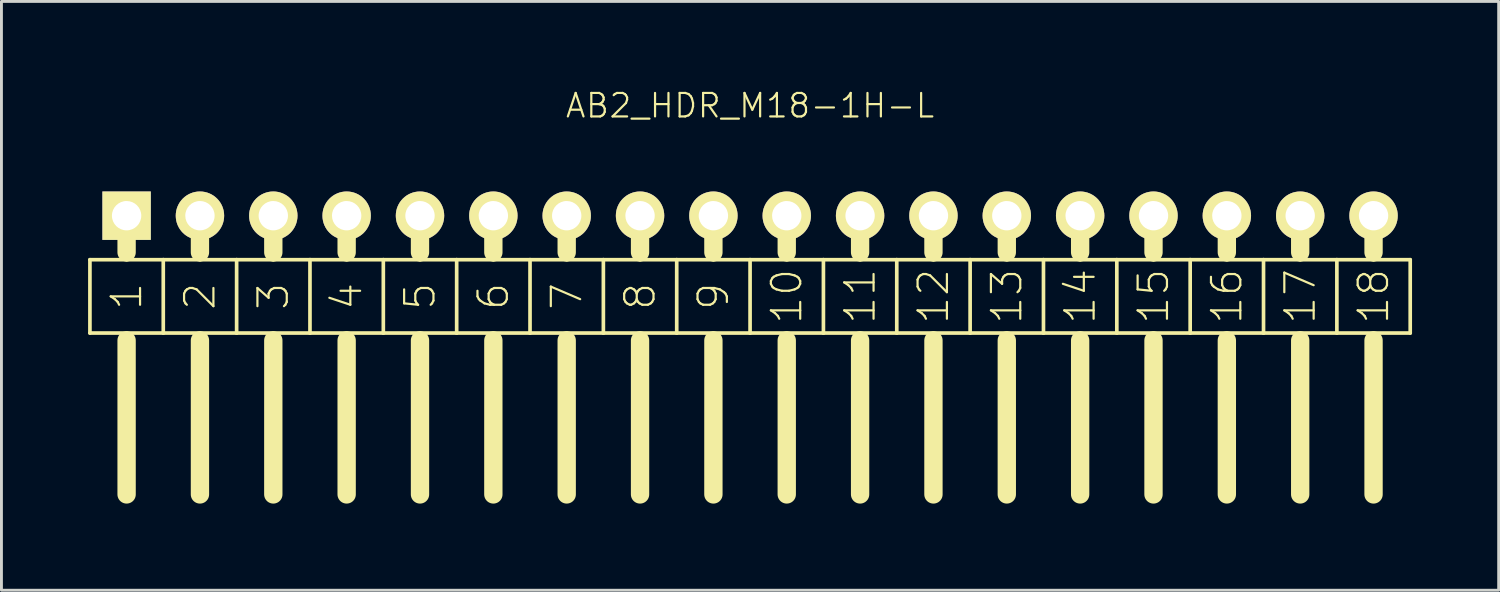
<source format=kicad_pcb>
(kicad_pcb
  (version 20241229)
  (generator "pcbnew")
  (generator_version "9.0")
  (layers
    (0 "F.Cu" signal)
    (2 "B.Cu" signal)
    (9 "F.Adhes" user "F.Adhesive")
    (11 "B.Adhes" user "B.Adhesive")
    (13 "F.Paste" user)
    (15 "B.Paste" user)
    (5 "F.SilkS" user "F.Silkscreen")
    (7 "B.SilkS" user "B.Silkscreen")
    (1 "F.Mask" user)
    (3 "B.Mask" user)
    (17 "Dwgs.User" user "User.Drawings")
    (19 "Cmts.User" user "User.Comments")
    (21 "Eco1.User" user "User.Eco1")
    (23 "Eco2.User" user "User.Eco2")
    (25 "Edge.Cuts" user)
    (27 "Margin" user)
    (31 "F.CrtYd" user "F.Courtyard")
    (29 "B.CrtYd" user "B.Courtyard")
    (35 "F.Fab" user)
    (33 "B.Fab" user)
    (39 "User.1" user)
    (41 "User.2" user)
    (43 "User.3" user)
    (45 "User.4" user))
  (footprint "AB2_HDR_M18-1H-L"
    (layer "F.Cu")
    (at 22.924 4.419)
    (property "Reference" "AB2_HDR_M18-1H-L" (at 0 -3.81 0) (layer "F.SilkS") (effects (font (size 0.813 0.813) (thickness 0.076))))
    (attr through_hole)
    (fp_line (start -22.86 1.524) (end -22.86 4.064) (stroke (width 0.127) (type solid)) (layer "F.SilkS"))
    (fp_line (start -22.86 4.064) (end -21.59 4.064) (stroke (width 0.127) (type solid)) (layer "F.SilkS"))
    (fp_line (start -21.59 0) (end -21.59 1.27) (stroke (width 0.635) (type solid)) (layer "F.SilkS"))
    (fp_line (start -21.59 1.524) (end -22.86 1.524) (stroke (width 0.127) (type solid)) (layer "F.SilkS"))
    (fp_line (start -21.59 4.064) (end -20.32 4.064) (stroke (width 0.127) (type solid)) (layer "F.SilkS"))
    (fp_line (start -21.59 4.318) (end -21.59 9.652) (stroke (width 0.635) (type solid)) (layer "F.SilkS"))
    (fp_line (start -20.32 1.524) (end -21.59 1.524) (stroke (width 0.127) (type solid)) (layer "F.SilkS"))
    (fp_line (start -20.32 4.064) (end -20.32 1.524) (stroke (width 0.127) (type solid)) (layer "F.SilkS"))
    (fp_line (start -20.32 4.064) (end -19.05 4.064) (stroke (width 0.127) (type solid)) (layer "F.SilkS"))
    (fp_line (start -19.05 0) (end -19.05 1.27) (stroke (width 0.635) (type solid)) (layer "F.SilkS"))
    (fp_line (start -19.05 1.524) (end -20.32 1.524) (stroke (width 0.127) (type solid)) (layer "F.SilkS"))
    (fp_line (start -19.05 4.064) (end -17.78 4.064) (stroke (width 0.127) (type solid)) (layer "F.SilkS"))
    (fp_line (start -19.05 4.318) (end -19.05 9.652) (stroke (width 0.635) (type solid)) (layer "F.SilkS"))
    (fp_line (start -17.78 1.524) (end -19.05 1.524) (stroke (width 0.127) (type solid)) (layer "F.SilkS"))
    (fp_line (start -17.78 4.064) (end -17.78 1.524) (stroke (width 0.127) (type solid)) (layer "F.SilkS"))
    (fp_line (start -17.78 4.064) (end -16.51 4.064) (stroke (width 0.127) (type solid)) (layer "F.SilkS"))
    (fp_line (start -16.51 0) (end -16.51 1.27) (stroke (width 0.635) (type solid)) (layer "F.SilkS"))
    (fp_line (start -16.51 1.524) (end -17.78 1.524) (stroke (width 0.127) (type solid)) (layer "F.SilkS"))
    (fp_line (start -16.51 4.064) (end -15.24 4.064) (stroke (width 0.127) (type solid)) (layer "F.SilkS"))
    (fp_line (start -16.51 4.318) (end -16.51 9.652) (stroke (width 0.635) (type solid)) (layer "F.SilkS"))
    (fp_line (start -15.24 1.524) (end -16.51 1.524) (stroke (width 0.127) (type solid)) (layer "F.SilkS"))
    (fp_line (start -15.24 4.064) (end -15.24 1.524) (stroke (width 0.127) (type solid)) (layer "F.SilkS"))
    (fp_line (start -15.24 4.064) (end -13.97 4.064) (stroke (width 0.127) (type solid)) (layer "F.SilkS"))
    (fp_line (start -13.97 0) (end -13.97 1.27) (stroke (width 0.635) (type solid)) (layer "F.SilkS"))
    (fp_line (start -13.97 1.524) (end -15.24 1.524) (stroke (width 0.127) (type solid)) (layer "F.SilkS"))
    (fp_line (start -13.97 4.064) (end -12.7 4.064) (stroke (width 0.127) (type solid)) (layer "F.SilkS"))
    (fp_line (start -13.97 4.318) (end -13.97 9.652) (stroke (width 0.635) (type solid)) (layer "F.SilkS"))
    (fp_line (start -12.7 1.524) (end -13.97 1.524) (stroke (width 0.127) (type solid)) (layer "F.SilkS"))
    (fp_line (start -12.7 4.064) (end -12.7 1.524) (stroke (width 0.127) (type solid)) (layer "F.SilkS"))
    (fp_line (start -12.7 4.064) (end -11.43 4.064) (stroke (width 0.127) (type solid)) (layer "F.SilkS"))
    (fp_line (start -11.43 0) (end -11.43 1.27) (stroke (width 0.635) (type solid)) (layer "F.SilkS"))
    (fp_line (start -11.43 1.524) (end -12.7 1.524) (stroke (width 0.127) (type solid)) (layer "F.SilkS"))
    (fp_line (start -11.43 4.064) (end -10.16 4.064) (stroke (width 0.127) (type solid)) (layer "F.SilkS"))
    (fp_line (start -11.43 4.318) (end -11.43 9.652) (stroke (width 0.635) (type solid)) (layer "F.SilkS"))
    (fp_line (start -10.16 1.524) (end -11.43 1.524) (stroke (width 0.127) (type solid)) (layer "F.SilkS"))
    (fp_line (start -10.16 4.064) (end -10.16 1.524) (stroke (width 0.127) (type solid)) (layer "F.SilkS"))
    (fp_line (start -10.16 4.064) (end -8.89 4.064) (stroke (width 0.127) (type solid)) (layer "F.SilkS"))
    (fp_line (start -8.89 0) (end -8.89 1.27) (stroke (width 0.635) (type solid)) (layer "F.SilkS"))
    (fp_line (start -8.89 1.524) (end -10.16 1.524) (stroke (width 0.127) (type solid)) (layer "F.SilkS"))
    (fp_line (start -8.89 4.064) (end -7.62 4.064) (stroke (width 0.127) (type solid)) (layer "F.SilkS"))
    (fp_line (start -8.89 4.318) (end -8.89 9.652) (stroke (width 0.635) (type solid)) (layer "F.SilkS"))
    (fp_line (start -7.62 1.524) (end -8.89 1.524) (stroke (width 0.127) (type solid)) (layer "F.SilkS"))
    (fp_line (start -7.62 4.064) (end -7.62 1.524) (stroke (width 0.127) (type solid)) (layer "F.SilkS"))
    (fp_line (start -7.62 4.064) (end -6.35 4.064) (stroke (width 0.127) (type solid)) (layer "F.SilkS"))
    (fp_line (start -6.35 0) (end -6.35 1.27) (stroke (width 0.635) (type solid)) (layer "F.SilkS"))
    (fp_line (start -6.35 1.524) (end -7.62 1.524) (stroke (width 0.127) (type solid)) (layer "F.SilkS"))
    (fp_line (start -6.35 4.064) (end -5.08 4.064) (stroke (width 0.127) (type solid)) (layer "F.SilkS"))
    (fp_line (start -6.35 4.318) (end -6.35 9.652) (stroke (width 0.635) (type solid)) (layer "F.SilkS"))
    (fp_line (start -5.08 1.524) (end -6.35 1.524) (stroke (width 0.127) (type solid)) (layer "F.SilkS"))
    (fp_line (start -5.08 4.064) (end -5.08 1.524) (stroke (width 0.127) (type solid)) (layer "F.SilkS"))
    (fp_line (start -5.08 4.064) (end -3.81 4.064) (stroke (width 0.127) (type solid)) (layer "F.SilkS"))
    (fp_line (start -3.81 0) (end -3.81 1.27) (stroke (width 0.635) (type solid)) (layer "F.SilkS"))
    (fp_line (start -3.81 1.524) (end -5.08 1.524) (stroke (width 0.127) (type solid)) (layer "F.SilkS"))
    (fp_line (start -3.81 4.064) (end -2.54 4.064) (stroke (width 0.127) (type solid)) (layer "F.SilkS"))
    (fp_line (start -3.81 4.318) (end -3.81 9.652) (stroke (width 0.635) (type solid)) (layer "F.SilkS"))
    (fp_line (start -2.54 1.524) (end -3.81 1.524) (stroke (width 0.127) (type solid)) (layer "F.SilkS"))
    (fp_line (start -2.54 4.064) (end -2.54 1.524) (stroke (width 0.127) (type solid)) (layer "F.SilkS"))
    (fp_line (start -2.54 4.064) (end -1.27 4.064) (stroke (width 0.127) (type solid)) (layer "F.SilkS"))
    (fp_line (start -1.27 0) (end -1.27 1.27) (stroke (width 0.635) (type solid)) (layer "F.SilkS"))
    (fp_line (start -1.27 1.524) (end -2.54 1.524) (stroke (width 0.127) (type solid)) (layer "F.SilkS"))
    (fp_line (start -1.27 4.064) (end 0 4.064) (stroke (width 0.127) (type solid)) (layer "F.SilkS"))
    (fp_line (start -1.27 4.318) (end -1.27 9.652) (stroke (width 0.635) (type solid)) (layer "F.SilkS"))
    (fp_line (start 0 1.524) (end -1.27 1.524) (stroke (width 0.127) (type solid)) (layer "F.SilkS"))
    (fp_line (start 0 4.064) (end 0 1.524) (stroke (width 0.127) (type solid)) (layer "F.SilkS"))
    (fp_line (start 0 4.064) (end 1.27 4.064) (stroke (width 0.127) (type solid)) (layer "F.SilkS"))
    (fp_line (start 1.27 0) (end 1.27 1.27) (stroke (width 0.635) (type solid)) (layer "F.SilkS"))
    (fp_line (start 1.27 1.524) (end 0 1.524) (stroke (width 0.127) (type solid)) (layer "F.SilkS"))
    (fp_line (start 1.27 4.064) (end 2.54 4.064) (stroke (width 0.127) (type solid)) (layer "F.SilkS"))
    (fp_line (start 1.27 4.318) (end 1.27 9.652) (stroke (width 0.635) (type solid)) (layer "F.SilkS"))
    (fp_line (start 2.54 1.524) (end 1.27 1.524) (stroke (width 0.127) (type solid)) (layer "F.SilkS"))
    (fp_line (start 2.54 4.064) (end 2.54 1.524) (stroke (width 0.127) (type solid)) (layer "F.SilkS"))
    (fp_line (start 2.54 4.064) (end 3.81 4.064) (stroke (width 0.127) (type solid)) (layer "F.SilkS"))
    (fp_line (start 3.81 0) (end 3.81 1.27) (stroke (width 0.635) (type solid)) (layer "F.SilkS"))
    (fp_line (start 3.81 1.524) (end 2.54 1.524) (stroke (width 0.127) (type solid)) (layer "F.SilkS"))
    (fp_line (start 3.81 4.064) (end 5.08 4.064) (stroke (width 0.127) (type solid)) (layer "F.SilkS"))
    (fp_line (start 3.81 4.318) (end 3.81 9.652) (stroke (width 0.635) (type solid)) (layer "F.SilkS"))
    (fp_line (start 5.08 1.524) (end 3.81 1.524) (stroke (width 0.127) (type solid)) (layer "F.SilkS"))
    (fp_line (start 5.08 4.064) (end 5.08 1.524) (stroke (width 0.127) (type solid)) (layer "F.SilkS"))
    (fp_line (start 5.08 4.064) (end 6.35 4.064) (stroke (width 0.127) (type solid)) (layer "F.SilkS"))
    (fp_line (start 6.35 0) (end 6.35 1.27) (stroke (width 0.635) (type solid)) (layer "F.SilkS"))
    (fp_line (start 6.35 1.524) (end 5.08 1.524) (stroke (width 0.127) (type solid)) (layer "F.SilkS"))
    (fp_line (start 6.35 4.064) (end 7.62 4.064) (stroke (width 0.127) (type solid)) (layer "F.SilkS"))
    (fp_line (start 6.35 4.318) (end 6.35 9.652) (stroke (width 0.635) (type solid)) (layer "F.SilkS"))
    (fp_line (start 7.62 1.524) (end 6.35 1.524) (stroke (width 0.127) (type solid)) (layer "F.SilkS"))
    (fp_line (start 7.62 4.064) (end 7.62 1.524) (stroke (width 0.127) (type solid)) (layer "F.SilkS"))
    (fp_line (start 7.62 4.064) (end 8.89 4.064) (stroke (width 0.127) (type solid)) (layer "F.SilkS"))
    (fp_line (start 8.89 0) (end 8.89 1.27) (stroke (width 0.635) (type solid)) (layer "F.SilkS"))
    (fp_line (start 8.89 1.524) (end 7.62 1.524) (stroke (width 0.127) (type solid)) (layer "F.SilkS"))
    (fp_line (start 8.89 4.064) (end 10.16 4.064) (stroke (width 0.127) (type solid)) (layer "F.SilkS"))
    (fp_line (start 8.89 4.318) (end 8.89 9.652) (stroke (width 0.635) (type solid)) (layer "F.SilkS"))
    (fp_line (start 10.16 1.524) (end 8.89 1.524) (stroke (width 0.127) (type solid)) (layer "F.SilkS"))
    (fp_line (start 10.16 4.064) (end 10.16 1.524) (stroke (width 0.127) (type solid)) (layer "F.SilkS"))
    (fp_line (start 10.16 4.064) (end 11.43 4.064) (stroke (width 0.127) (type solid)) (layer "F.SilkS"))
    (fp_line (start 11.43 0) (end 11.43 1.27) (stroke (width 0.635) (type solid)) (layer "F.SilkS"))
    (fp_line (start 11.43 1.524) (end 10.16 1.524) (stroke (width 0.127) (type solid)) (layer "F.SilkS"))
    (fp_line (start 11.43 4.064) (end 12.7 4.064) (stroke (width 0.127) (type solid)) (layer "F.SilkS"))
    (fp_line (start 11.43 4.318) (end 11.43 9.652) (stroke (width 0.635) (type solid)) (layer "F.SilkS"))
    (fp_line (start 12.7 1.524) (end 11.43 1.524) (stroke (width 0.127) (type solid)) (layer "F.SilkS"))
    (fp_line (start 12.7 4.064) (end 12.7 1.524) (stroke (width 0.127) (type solid)) (layer "F.SilkS"))
    (fp_line (start 12.7 4.064) (end 13.97 4.064) (stroke (width 0.127) (type solid)) (layer "F.SilkS"))
    (fp_line (start 13.97 0) (end 13.97 1.27) (stroke (width 0.635) (type solid)) (layer "F.SilkS"))
    (fp_line (start 13.97 1.524) (end 12.7 1.524) (stroke (width 0.127) (type solid)) (layer "F.SilkS"))
    (fp_line (start 13.97 4.064) (end 15.24 4.064) (stroke (width 0.127) (type solid)) (layer "F.SilkS"))
    (fp_line (start 13.97 4.318) (end 13.97 9.652) (stroke (width 0.635) (type solid)) (layer "F.SilkS"))
    (fp_line (start 15.24 1.524) (end 13.97 1.524) (stroke (width 0.127) (type solid)) (layer "F.SilkS"))
    (fp_line (start 15.24 4.064) (end 15.24 1.524) (stroke (width 0.127) (type solid)) (layer "F.SilkS"))
    (fp_line (start 15.24 4.064) (end 16.51 4.064) (stroke (width 0.127) (type solid)) (layer "F.SilkS"))
    (fp_line (start 16.51 0) (end 16.51 1.27) (stroke (width 0.635) (type solid)) (layer "F.SilkS"))
    (fp_line (start 16.51 1.524) (end 15.24 1.524) (stroke (width 0.127) (type solid)) (layer "F.SilkS"))
    (fp_line (start 16.51 4.064) (end 17.78 4.064) (stroke (width 0.127) (type solid)) (layer "F.SilkS"))
    (fp_line (start 16.51 4.318) (end 16.51 9.652) (stroke (width 0.635) (type solid)) (layer "F.SilkS"))
    (fp_line (start 17.78 1.524) (end 16.51 1.524) (stroke (width 0.127) (type solid)) (layer "F.SilkS"))
    (fp_line (start 17.78 4.064) (end 17.78 1.524) (stroke (width 0.127) (type solid)) (layer "F.SilkS"))
    (fp_line (start 17.78 4.064) (end 19.05 4.064) (stroke (width 0.127) (type solid)) (layer "F.SilkS"))
    (fp_line (start 19.05 0) (end 19.05 1.27) (stroke (width 0.635) (type solid)) (layer "F.SilkS"))
    (fp_line (start 19.05 1.524) (end 17.78 1.524) (stroke (width 0.127) (type solid)) (layer "F.SilkS"))
    (fp_line (start 19.05 4.064) (end 20.32 4.064) (stroke (width 0.127) (type solid)) (layer "F.SilkS"))
    (fp_line (start 19.05 4.318) (end 19.05 9.652) (stroke (width 0.635) (type solid)) (layer "F.SilkS"))
    (fp_line (start 20.32 1.524) (end 19.05 1.524) (stroke (width 0.127) (type solid)) (layer "F.SilkS"))
    (fp_line (start 20.32 4.064) (end 20.32 1.524) (stroke (width 0.127) (type solid)) (layer "F.SilkS"))
    (fp_line (start 20.32 4.064) (end 21.59 4.064) (stroke (width 0.127) (type solid)) (layer "F.SilkS"))
    (fp_line (start 21.59 0) (end 21.59 1.27) (stroke (width 0.635) (type solid)) (layer "F.SilkS"))
    (fp_line (start 21.59 1.524) (end 20.32 1.524) (stroke (width 0.127) (type solid)) (layer "F.SilkS"))
    (fp_line (start 21.59 4.064) (end 22.86 4.064) (stroke (width 0.127) (type solid)) (layer "F.SilkS"))
    (fp_line (start 21.59 4.318) (end 21.59 9.652) (stroke (width 0.635) (type solid)) (layer "F.SilkS"))
    (fp_line (start 22.86 1.524) (end 21.59 1.524) (stroke (width 0.127) (type solid)) (layer "F.SilkS"))
    (fp_line (start 22.86 4.064) (end 22.86 1.524) (stroke (width 0.127) (type solid)) (layer "F.SilkS"))
    (fp_text user "7" (at -6.35 2.794 90) (layer "F.SilkS") (effects (font (size 1.016 1.016) (thickness 0.076))))
    (fp_text user "3" (at -16.51 2.794 90) (layer "F.SilkS") (effects (font (size 1.016 1.016) (thickness 0.076))))
    (fp_text user "4" (at -13.97 2.794 90) (layer "F.SilkS") (effects (font (size 1.016 1.016) (thickness 0.076))))
    (fp_text user "6" (at -8.89 2.794 90) (layer "F.SilkS") (effects (font (size 1.016 1.016) (thickness 0.076))))
    (fp_text user "1" (at -21.59 2.794 90) (layer "F.SilkS") (effects (font (size 1.016 1.016) (thickness 0.076))))
    (fp_text user "10" (at 1.27 2.794 90) (layer "F.SilkS") (effects (font (size 1.016 1.016) (thickness 0.076))))
    (fp_text user "13" (at 8.89 2.794 90) (layer "F.SilkS") (effects (font (size 1.016 1.016) (thickness 0.076))))
    (fp_text user "5" (at -11.43 2.794 90) (layer "F.SilkS") (effects (font (size 1.016 1.016) (thickness 0.076))))
    (fp_text user "18" (at 21.59 2.794 90) (layer "F.SilkS") (effects (font (size 1.016 1.016) (thickness 0.076))))
    (fp_text user "17" (at 19.05 2.794 90) (layer "F.SilkS") (effects (font (size 1.016 1.016) (thickness 0.076))))
    (fp_text user "2" (at -19.05 2.794 90) (layer "F.SilkS") (effects (font (size 1.016 1.016) (thickness 0.076))))
    (fp_text user "15" (at 13.97 2.794 90) (layer "F.SilkS") (effects (font (size 1.016 1.016) (thickness 0.076))))
    (fp_text user "12" (at 6.35 2.794 90) (layer "F.SilkS") (effects (font (size 1.016 1.016) (thickness 0.076))))
    (fp_text user "11" (at 3.81 2.794 90) (layer "F.SilkS") (effects (font (size 1.016 1.016) (thickness 0.076))))
    (fp_text user "14" (at 11.43 2.794 90) (layer "F.SilkS") (effects (font (size 1.016 1.016) (thickness 0.076))))
    (fp_text user "8" (at -3.81 2.794 90) (layer "F.SilkS") (effects (font (size 1.016 1.016) (thickness 0.076))))
    (fp_text user "9" (at -1.27 2.794 90) (layer "F.SilkS") (effects (font (size 1.016 1.016) (thickness 0.076))))
    (fp_text user "16" (at 16.51 2.794 90) (layer "F.SilkS") (effects (font (size 1.016 1.016) (thickness 0.076))))
    (pad "1" thru_hole rect (at -21.59 0) (size 1.676 1.676) (drill 1.016) (layers "*.Cu" "*.Mask" "F.SilkS"))
    (pad "2" thru_hole circle (at -19.05 0) (size 1.676 1.676) (drill 1.016) (layers "*.Cu" "*.Mask" "F.SilkS"))
    (pad "3" thru_hole circle (at -16.51 0) (size 1.676 1.676) (drill 1.016) (layers "*.Cu" "*.Mask" "F.SilkS"))
    (pad "4" thru_hole circle (at -13.97 0) (size 1.676 1.676) (drill 1.016) (layers "*.Cu" "*.Mask" "F.SilkS"))
    (pad "5" thru_hole circle (at -11.43 0) (size 1.676 1.676) (drill 1.016) (layers "*.Cu" "*.Mask" "F.SilkS"))
    (pad "6" thru_hole circle (at -8.89 0) (size 1.676 1.676) (drill 1.016) (layers "*.Cu" "*.Mask" "F.SilkS"))
    (pad "7" thru_hole circle (at -6.35 0) (size 1.676 1.676) (drill 1.016) (layers "*.Cu" "*.Mask" "F.SilkS"))
    (pad "8" thru_hole circle (at -3.81 0) (size 1.676 1.676) (drill 1.016) (layers "*.Cu" "*.Mask" "F.SilkS"))
    (pad "9" thru_hole circle (at -1.27 0) (size 1.676 1.676) (drill 1.016) (layers "*.Cu" "*.Mask" "F.SilkS"))
    (pad "10" thru_hole circle (at 1.27 0) (size 1.676 1.676) (drill 1.016) (layers "*.Cu" "*.Mask" "F.SilkS"))
    (pad "11" thru_hole circle (at 3.81 0) (size 1.676 1.676) (drill 1.016) (layers "*.Cu" "*.Mask" "F.SilkS"))
    (pad "12" thru_hole circle (at 6.35 0) (size 1.676 1.676) (drill 1.016) (layers "*.Cu" "*.Mask" "F.SilkS"))
    (pad "13" thru_hole circle (at 8.89 0) (size 1.676 1.676) (drill 1.016) (layers "*.Cu" "*.Mask" "F.SilkS"))
    (pad "14" thru_hole circle (at 11.43 0) (size 1.676 1.676) (drill 1.016) (layers "*.Cu" "*.Mask" "F.SilkS"))
    (pad "15" thru_hole circle (at 13.97 0) (size 1.676 1.676) (drill 1.016) (layers "*.Cu" "*.Mask" "F.SilkS"))
    (pad "16" thru_hole circle (at 16.51 0) (size 1.676 1.676) (drill 1.016) (layers "*.Cu" "*.Mask" "F.SilkS"))
    (pad "17" thru_hole circle (at 19.05 0) (size 1.676 1.676) (drill 1.016) (layers "*.Cu" "*.Mask" "F.SilkS"))
    (pad "18" thru_hole circle (at 21.59 0) (size 1.676 1.676) (drill 1.016) (layers "*.Cu" "*.Mask" "F.SilkS")))
  (gr_rect
    (start -3 -3)
    (end 48.847 17.389)
    (stroke (width 0.1) (type default))
    (fill no)
    (layer "Edge.Cuts")))
</source>
